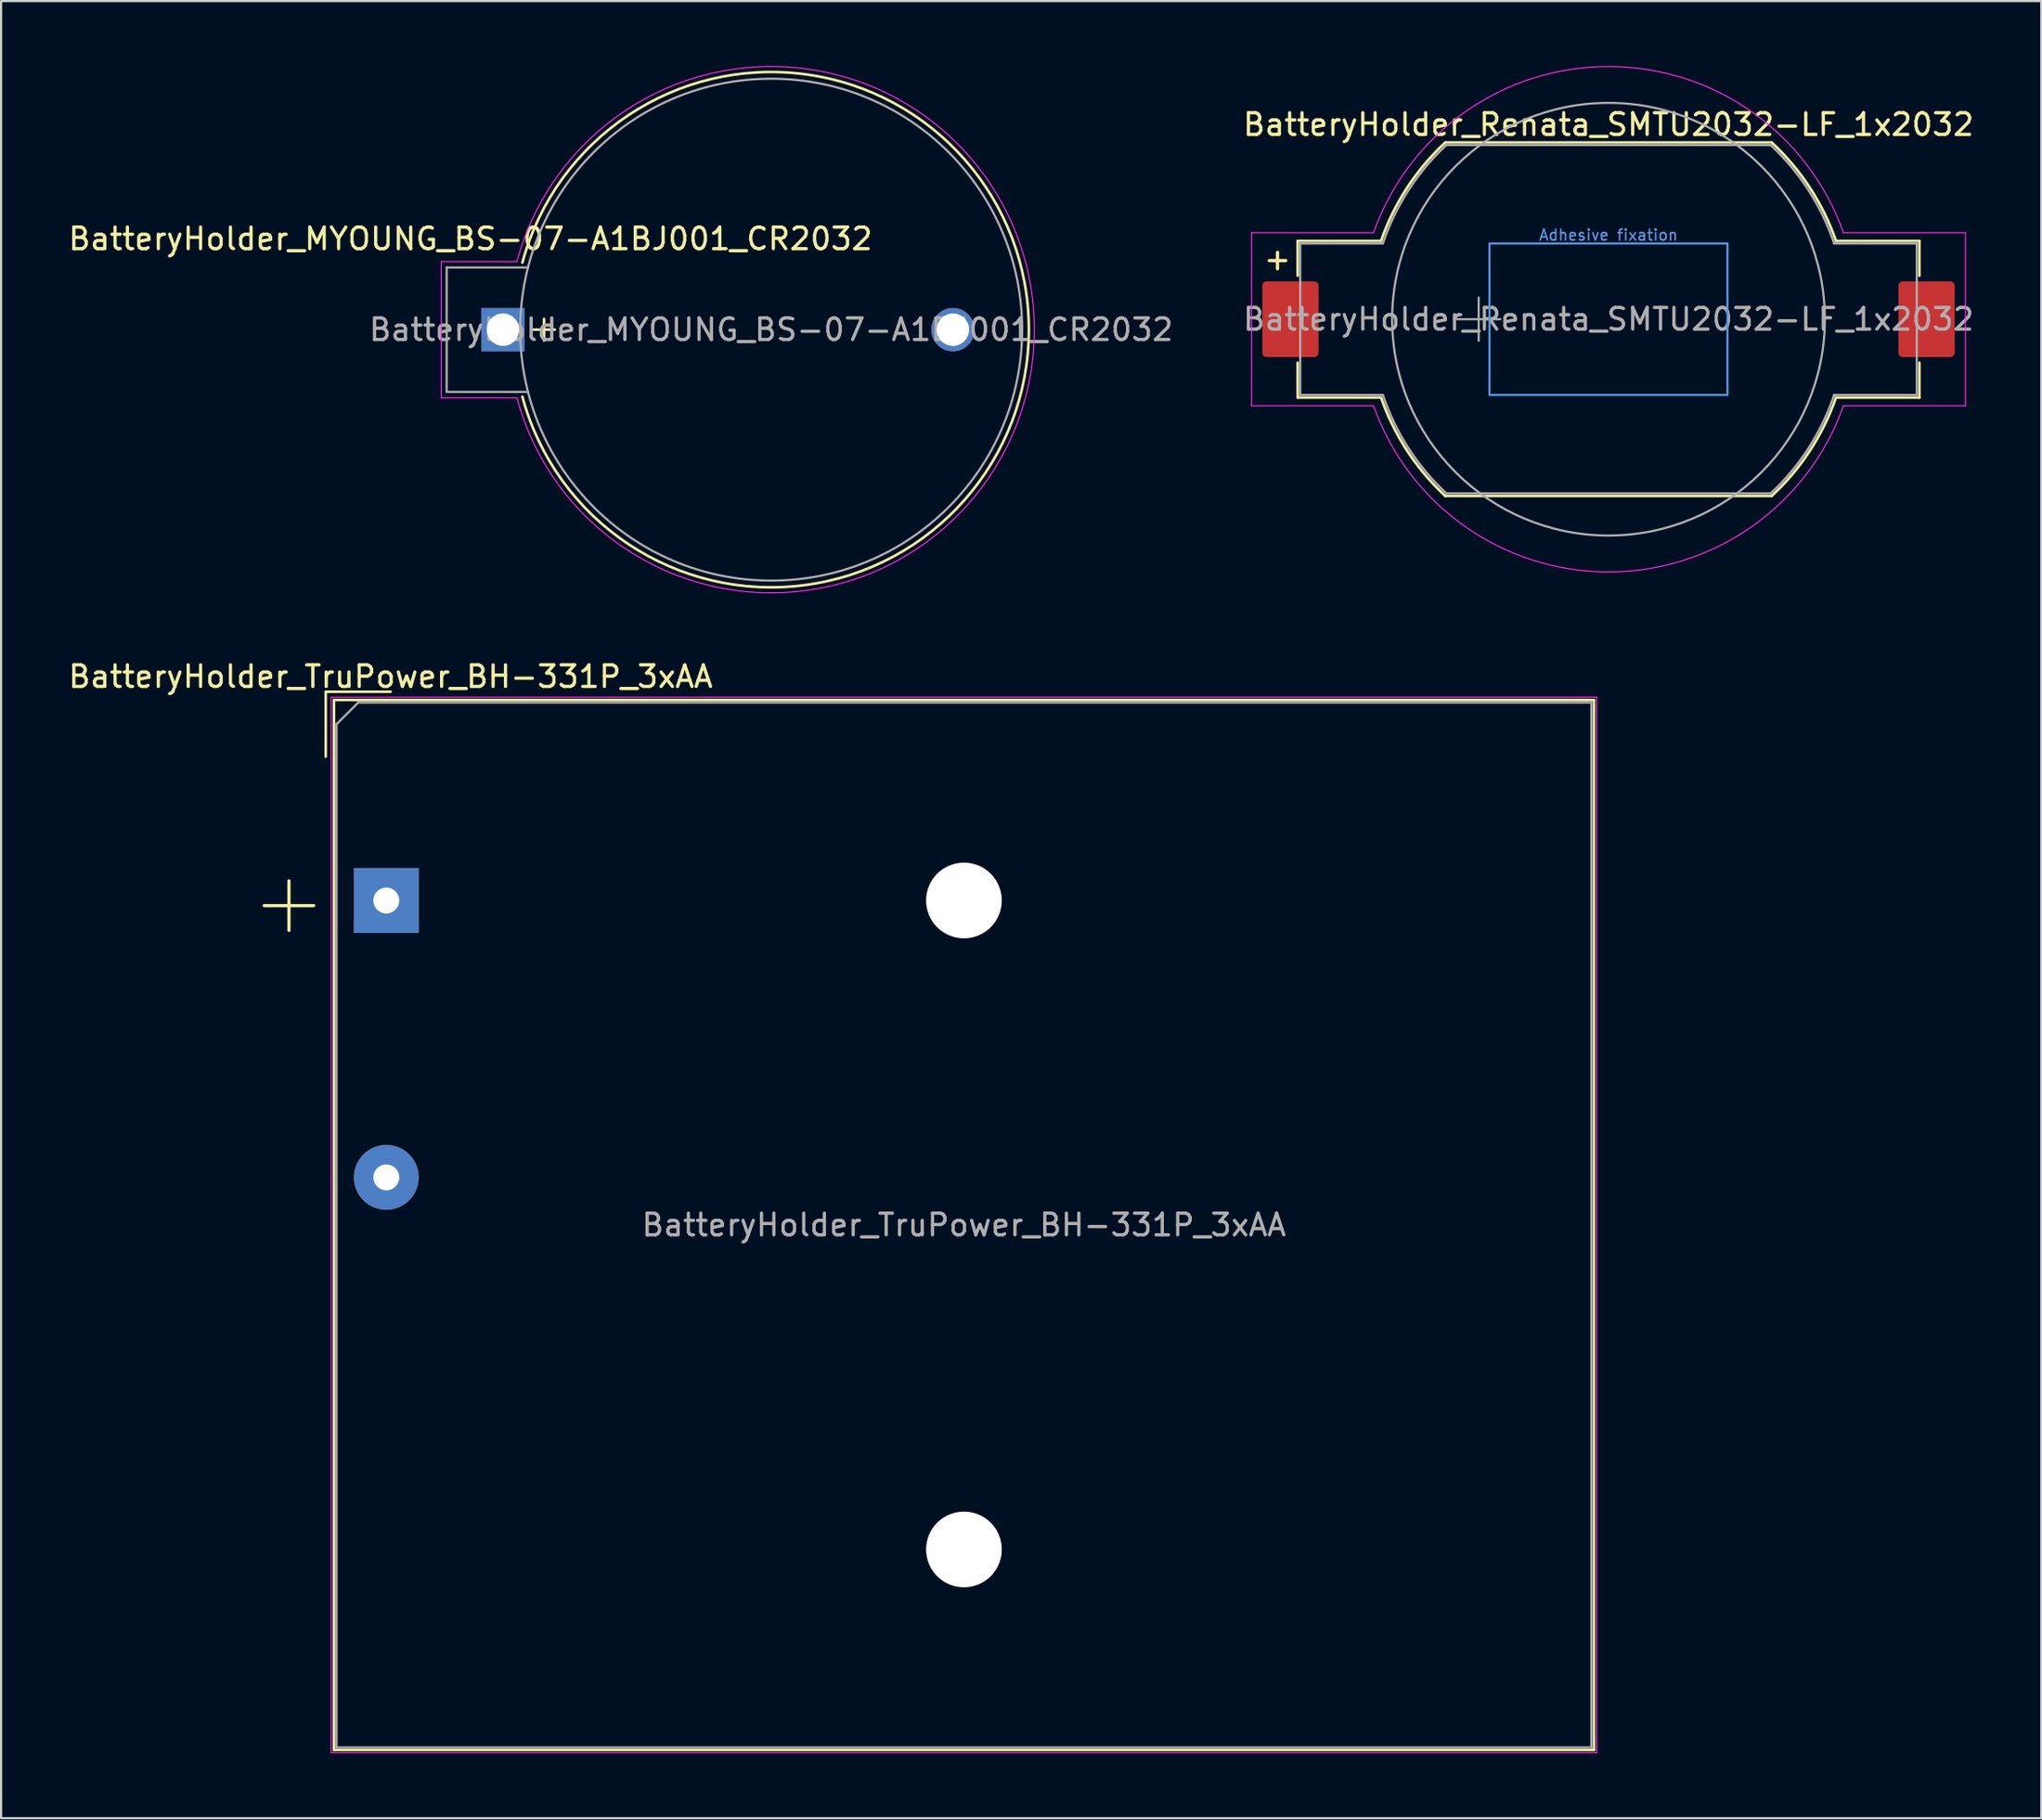
<source format=kicad_pcb>
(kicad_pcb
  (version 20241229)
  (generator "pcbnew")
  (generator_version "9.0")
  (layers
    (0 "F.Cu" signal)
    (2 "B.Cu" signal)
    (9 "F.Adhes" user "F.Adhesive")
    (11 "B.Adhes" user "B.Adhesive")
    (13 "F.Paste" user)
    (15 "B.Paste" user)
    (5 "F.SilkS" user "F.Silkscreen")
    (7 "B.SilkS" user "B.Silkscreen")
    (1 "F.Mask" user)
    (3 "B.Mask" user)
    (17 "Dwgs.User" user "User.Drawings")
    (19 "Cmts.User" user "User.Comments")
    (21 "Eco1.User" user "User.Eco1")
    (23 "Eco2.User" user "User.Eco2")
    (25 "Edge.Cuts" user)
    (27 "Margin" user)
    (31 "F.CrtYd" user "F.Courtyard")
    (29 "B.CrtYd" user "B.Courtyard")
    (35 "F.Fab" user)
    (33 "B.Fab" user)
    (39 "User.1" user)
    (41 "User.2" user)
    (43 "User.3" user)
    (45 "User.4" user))
  (footprint "BatteryHolder_TruPower_BH-331P_3xAA"
    (layer "F.Cu")
    (at 14.806 38.578)
    (property "Reference" "BatteryHolder_TruPower_BH-331P_3xAA" (at 0.2 -10.35 0) (layer "F.SilkS") (effects (font (size 1 1) (thickness 0.15))))
    (attr through_hole)
    (fp_line (start -2.8 -9.65) (end 0.2 -9.65) (stroke (width 0.12) (type solid)) (layer "F.SilkS"))
    (fp_line (start -2.8 -6.65) (end -2.8 -9.65) (stroke (width 0.12) (type solid)) (layer "F.SilkS"))
    (fp_line (start -2.42 -9.27) (end -2.42 39.27) (stroke (width 0.12) (type solid)) (layer "F.SilkS"))
    (fp_line (start -2.42 -9.27) (end 55.82 -9.27) (stroke (width 0.12) (type solid)) (layer "F.SilkS"))
    (fp_line (start -2.42 39.27) (end 55.82 39.27) (stroke (width 0.12) (type solid)) (layer "F.SilkS"))
    (fp_line (start 55.82 -9.27) (end 55.82 39.27) (stroke (width 0.12) (type solid)) (layer "F.SilkS"))
    (fp_line (start -2.55 -9.4) (end -2.55 39.4) (stroke (width 0.05) (type solid)) (layer "F.CrtYd"))
    (fp_line (start -2.55 -9.4) (end 55.95 -9.4) (stroke (width 0.05) (type solid)) (layer "F.CrtYd"))
    (fp_line (start -2.55 39.4) (end 55.95 39.4) (stroke (width 0.05) (type solid)) (layer "F.CrtYd"))
    (fp_line (start 55.95 -9.4) (end 55.95 39.4) (stroke (width 0.05) (type solid)) (layer "F.CrtYd"))
    (fp_line (start -2.3 -8.15) (end -1.3 -9.15) (stroke (width 0.1) (type solid)) (layer "F.Fab"))
    (fp_line (start -2.3 39.15) (end -2.3 -8.15) (stroke (width 0.1) (type solid)) (layer "F.Fab"))
    (fp_line (start -1.3 -9.15) (end 55.7 -9.15) (stroke (width 0.1) (type solid)) (layer "F.Fab"))
    (fp_line (start 55.7 -9.15) (end 55.7 39.15) (stroke (width 0.1) (type solid)) (layer "F.Fab"))
    (fp_line (start 55.7 39.15) (end -2.3 39.15) (stroke (width 0.1) (type solid)) (layer "F.Fab"))
    (fp_text user "+" (at -4.5 0 0) (layer "F.SilkS") (effects (font (size 3 3) (thickness 0.15))))
    (fp_text user "${REFERENCE}" (at 26.7 15 0) (layer "F.Fab") (effects (font (size 1 1) (thickness 0.15))))
    (pad "" np_thru_hole circle (at 26.7 0) (size 3.5 3.5) (drill 3.5) (layers "*.Cu" "*.Mask"))
    (pad "" np_thru_hole circle (at 26.7 30) (size 3.5 3.5) (drill 3.5) (layers "*.Cu" "*.Mask"))
    (pad "1" thru_hole rect (at 0 0) (size 3 3) (drill 1.2) (layers "*.Cu" "*.Mask"))
    (pad "2" thru_hole circle (at 0 12.8) (size 3 3) (drill 1.2) (layers "*.Cu" "*.Mask")))
  (footprint "BatteryHolder_Renata_SMTU2032-LF_1x2032"
    (layer "F.Cu")
    (at 71.299 11.707)
    (property "Reference" "BatteryHolder_Renata_SMTU2032-LF_1x2032" (at 0 -9 0) (layer "F.SilkS") (effects (font (size 1 1) (thickness 0.15))))
    (attr smd)
    (fp_line (start -14.37 -3.62) (end -10.514 -3.62) (stroke (width 0.12) (type solid)) (layer "F.SilkS"))
    (fp_line (start -14.37 -2.01) (end -14.37 -3.62) (stroke (width 0.12) (type solid)) (layer "F.SilkS"))
    (fp_line (start -14.37 3.62) (end -14.37 2.01) (stroke (width 0.12) (type solid)) (layer "F.SilkS"))
    (fp_line (start -10.514 3.62) (end -14.37 3.62) (stroke (width 0.12) (type solid)) (layer "F.SilkS"))
    (fp_line (start -7.544 -8.17) (end 7.544 -8.17) (stroke (width 0.12) (type solid)) (layer "F.SilkS"))
    (fp_line (start 7.544 8.17) (end -7.544 8.17) (stroke (width 0.12) (type solid)) (layer "F.SilkS"))
    (fp_line (start 10.514 -3.62) (end 14.37 -3.62) (stroke (width 0.12) (type solid)) (layer "F.SilkS"))
    (fp_line (start 14.37 -3.62) (end 14.37 -2.01) (stroke (width 0.12) (type solid)) (layer "F.SilkS"))
    (fp_line (start 14.37 2.01) (end 14.37 3.62) (stroke (width 0.12) (type solid)) (layer "F.SilkS"))
    (fp_line (start 14.37 3.62) (end 10.514 3.62) (stroke (width 0.12) (type solid)) (layer "F.SilkS"))
    (fp_arc (start -10.5143 -3.62) (mid -9.309293 -6.078036) (end -7.5436 -8.17) (stroke (width 0.12) (type solid)) (layer "F.SilkS"))
    (fp_arc (start -7.5436 8.17) (mid -9.309293 6.078036) (end -10.5143 3.62) (stroke (width 0.12) (type solid)) (layer "F.SilkS"))
    (fp_arc (start 7.5436 -8.17) (mid 9.309293 -6.078036) (end 10.5143 -3.62) (stroke (width 0.12) (type solid)) (layer "F.SilkS"))
    (fp_arc (start 10.5143 3.62) (mid 9.309293 6.078036) (end 7.5436 8.17) (stroke (width 0.12) (type solid)) (layer "F.SilkS"))
    (fp_rect (start -5.5 -3.5) (end 5.5 3.5) (stroke (width 0.1) (type default)) (fill no) (layer "Cmts.User"))
    (fp_line (start -16.5 -4) (end -10.86 -4) (stroke (width 0.05) (type solid)) (layer "F.CrtYd"))
    (fp_line (start -16.5 4) (end -16.5 -4) (stroke (width 0.05) (type solid)) (layer "F.CrtYd"))
    (fp_line (start -10.86 4) (end -16.5 4) (stroke (width 0.05) (type solid)) (layer "F.CrtYd"))
    (fp_line (start 10.86 -4) (end 16.5 -4) (stroke (width 0.05) (type solid)) (layer "F.CrtYd"))
    (fp_line (start 16.5 -4) (end 16.5 4) (stroke (width 0.05) (type solid)) (layer "F.CrtYd"))
    (fp_line (start 16.5 4) (end 10.86 4) (stroke (width 0.05) (type solid)) (layer "F.CrtYd"))
    (fp_arc (start -10.86 -4) (mid 0 -11.682196) (end 10.86 -4) (stroke (width 0.05) (type solid)) (layer "F.CrtYd"))
    (fp_arc (start 10.86 4) (mid 0 11.682196) (end -10.86 4) (stroke (width 0.05) (type solid)) (layer "F.CrtYd"))
    (fp_line (start -14.25 -3.5) (end -10.428 -3.5) (stroke (width 0.1) (type solid)) (layer "F.Fab"))
    (fp_line (start -14.25 3.5) (end -14.25 -3.5) (stroke (width 0.1) (type solid)) (layer "F.Fab"))
    (fp_line (start -10.428 3.5) (end -14.25 3.5) (stroke (width 0.1) (type solid)) (layer "F.Fab"))
    (fp_line (start -7.497 -8.05) (end 7.497 -8.05) (stroke (width 0.1) (type solid)) (layer "F.Fab"))
    (fp_line (start -7 0) (end -5 0) (stroke (width 0.1) (type solid)) (layer "F.Fab"))
    (fp_line (start -6 -1) (end -6 1) (stroke (width 0.1) (type solid)) (layer "F.Fab"))
    (fp_line (start 7.497 8.05) (end -7.497 8.05) (stroke (width 0.1) (type solid)) (layer "F.Fab"))
    (fp_line (start 10.428 -3.5) (end 14.25 -3.5) (stroke (width 0.1) (type solid)) (layer "F.Fab"))
    (fp_line (start 14.25 -3.5) (end 14.25 3.5) (stroke (width 0.1) (type solid)) (layer "F.Fab"))
    (fp_line (start 14.25 3.5) (end 10.428 3.5) (stroke (width 0.1) (type solid)) (layer "F.Fab"))
    (fp_arc (start -10.4283 -3.5) (mid -9.246774 -5.958237) (end -7.4965 -8.05) (stroke (width 0.1) (type solid)) (layer "F.Fab"))
    (fp_arc (start -7.4965 8.05) (mid -9.246774 5.958237) (end -10.4283 3.5) (stroke (width 0.1) (type solid)) (layer "F.Fab"))
    (fp_arc (start 7.4965 -8.05) (mid 9.246774 -5.958237) (end 10.4283 -3.5) (stroke (width 0.1) (type solid)) (layer "F.Fab"))
    (fp_arc (start 10.4283 3.5) (mid 9.246774 5.958237) (end 7.4965 8.05) (stroke (width 0.1) (type solid)) (layer "F.Fab"))
    (fp_circle (center 0 0) (end 10 0) (stroke (width 0.1) (type solid)) (fill no) (layer "F.Fab"))
    (fp_text user "+" (at -15.3 -2.785 0) (layer "F.SilkS") (effects (font (size 1 1) (thickness 0.15))))
    (fp_text user "Adhesive fixation" (at 0 -3.6 0) (unlocked yes) (layer "Cmts.User") (effects (font (size 0.5 0.5) (thickness 0.075)) (justify bottom)))
    (fp_text user "${REFERENCE}" (at 0 0 0) (layer "F.Fab") (effects (font (size 1 1) (thickness 0.15))))
    (pad "1" smd roundrect (at -14.7 0) (size 2.6 3.5) (layers "F.Cu" "F.Mask" "F.Paste") (roundrect_rratio 0.077))
    (pad "2" smd roundrect (at 14.7 0) (size 2.6 3.5) (layers "F.Cu" "F.Mask" "F.Paste") (roundrect_rratio 0.077)))
  (footprint "BatteryHolder_MYOUNG_BS-07-A1BJ001_CR2032"
    (layer "F.Cu")
    (at 20.196 12.19)
    (property "Reference" "BatteryHolder_MYOUNG_BS-07-A1BJ001_CR2032" (at -1.5 -4.2 0) (unlocked yes) (layer "F.SilkS") (effects (font (size 1 1) (thickness 0.15))))
    (attr through_hole)
    (fp_line (start 1.4 0) (end 2.4 0) (stroke (width 0.12) (type default)) (layer "F.SilkS"))
    (fp_line (start 1.9 -0.5) (end 1.9 0.5) (stroke (width 0.12) (type default)) (layer "F.SilkS"))
    (fp_arc (start 0.900001 -3.1) (mid 24.310499 0) (end 0.900001 3.1) (stroke (width 0.12) (type default)) (layer "F.SilkS"))
    (fp_line (start -2.85 -3.15) (end 0.65 -3.15) (stroke (width 0.05) (type default)) (layer "F.CrtYd"))
    (fp_line (start -2.85 3.15) (end -2.85 -3.15) (stroke (width 0.05) (type default)) (layer "F.CrtYd"))
    (fp_line (start 0.65 3.15) (end -2.85 3.15) (stroke (width 0.05) (type default)) (layer "F.CrtYd"))
    (fp_arc (start 0.65 -3.15) (mid 24.564907 0) (end 0.65 3.15) (stroke (width 0.05) (type default)) (layer "F.CrtYd"))
    (fp_line (start -2.6 -2.875) (end -2.6 2.875) (stroke (width 0.1) (type default)) (layer "F.Fab"))
    (fp_line (start -2.6 -2.875) (end 1.15 -2.875) (stroke (width 0.1) (type default)) (layer "F.Fab"))
    (fp_line (start -2.6 2.875) (end 1.15 2.875) (stroke (width 0.1) (type default)) (layer "F.Fab"))
    (fp_circle (center 12.4 0) (end 24 0) (stroke (width 0.1) (type default)) (fill no) (layer "F.Fab"))
    (fp_text user "${REFERENCE}" (at 12.4 0 0) (unlocked yes) (layer "F.Fab") (effects (font (size 1 1) (thickness 0.15))))
    (pad "1" thru_hole rect (at 0 0 180) (size 2 2) (drill 1.5) (layers "*.Cu" "*.Mask"))
    (pad "2" thru_hole circle (at 20.8 0 180) (size 2 2) (drill 1.5) (layers "*.Cu" "*.Mask")))
  (gr_rect
    (start -3 -3)
    (end 91.305 81.003)
    (stroke (width 0.1) (type default))
    (fill no)
    (layer "Edge.Cuts")))
</source>
